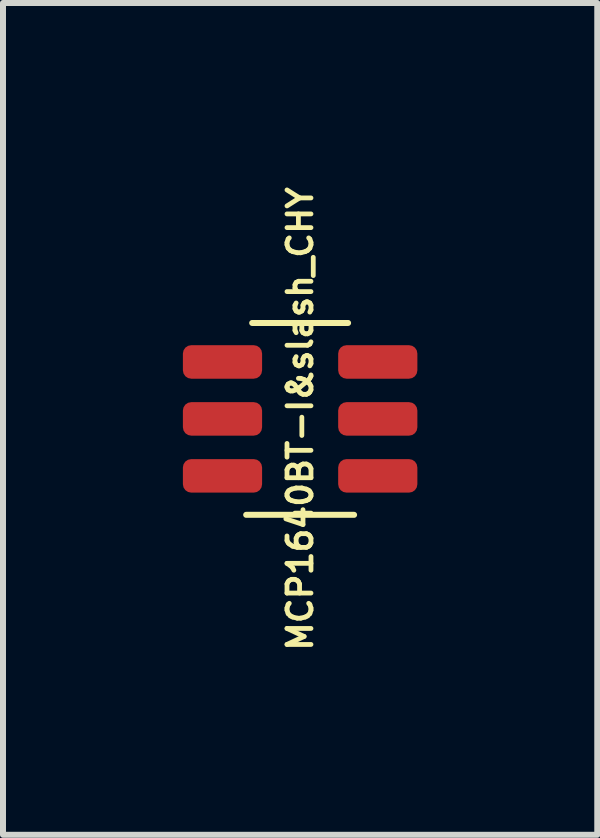
<source format=kicad_pcb>
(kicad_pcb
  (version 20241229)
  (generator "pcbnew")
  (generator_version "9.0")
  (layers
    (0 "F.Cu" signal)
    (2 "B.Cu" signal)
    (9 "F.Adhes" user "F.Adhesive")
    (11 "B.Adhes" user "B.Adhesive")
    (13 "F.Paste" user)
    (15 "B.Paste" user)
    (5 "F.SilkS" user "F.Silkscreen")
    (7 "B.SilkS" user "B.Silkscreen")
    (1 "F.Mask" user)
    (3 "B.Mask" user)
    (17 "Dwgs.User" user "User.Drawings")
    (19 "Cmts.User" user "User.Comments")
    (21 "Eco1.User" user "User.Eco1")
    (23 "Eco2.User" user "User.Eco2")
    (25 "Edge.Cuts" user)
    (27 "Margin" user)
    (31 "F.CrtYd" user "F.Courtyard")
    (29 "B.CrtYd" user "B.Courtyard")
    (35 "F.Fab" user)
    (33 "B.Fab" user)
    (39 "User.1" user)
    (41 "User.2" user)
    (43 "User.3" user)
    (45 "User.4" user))
  (footprint "MCP1640BT-I&slash_CHY"
    (layer "F.Cu")
    (at 1.956 3.937)
    (property "Reference" "MCP1640BT-I&slash_CHY" (at 0 0 90) (layer "F.SilkS") (effects (font (size 0.4 0.4) (thickness 0.08))))
    (attr through_hole)
    (fp_line (start -0.9 1.6) (end 0.9 1.6) (stroke (width 0.1) (type solid)) (layer "F.SilkS"))
    (fp_line (start 0.8 -1.6) (end -0.8 -1.6) (stroke (width 0.1) (type solid)) (layer "F.SilkS"))
    (pad "1" smd roundrect (at -1.295 -0.95) (size 1.321 0.559) (layers "F.Cu" "F.Mask" "F.Paste") (roundrect_rratio 0.25))
    (pad "2" smd roundrect (at -1.295 0) (size 1.321 0.559) (layers "F.Cu" "F.Mask" "F.Paste") (roundrect_rratio 0.25))
    (pad "3" smd roundrect (at -1.295 0.95) (size 1.321 0.559) (layers "F.Cu" "F.Mask" "F.Paste") (roundrect_rratio 0.25))
    (pad "4" smd roundrect (at 1.295 0.95) (size 1.321 0.559) (layers "F.Cu" "F.Mask" "F.Paste") (roundrect_rratio 0.25))
    (pad "5" smd roundrect (at 1.295 0) (size 1.321 0.559) (layers "F.Cu" "F.Mask" "F.Paste") (roundrect_rratio 0.25))
    (pad "6" smd roundrect (at 1.295 -0.95) (size 1.321 0.559) (layers "F.Cu" "F.Mask" "F.Paste") (roundrect_rratio 0.25)))
  (gr_rect
    (start -3 -3)
    (end 6.912 10.874)
    (stroke (width 0.1) (type default))
    (fill no)
    (layer "Edge.Cuts")))
</source>
